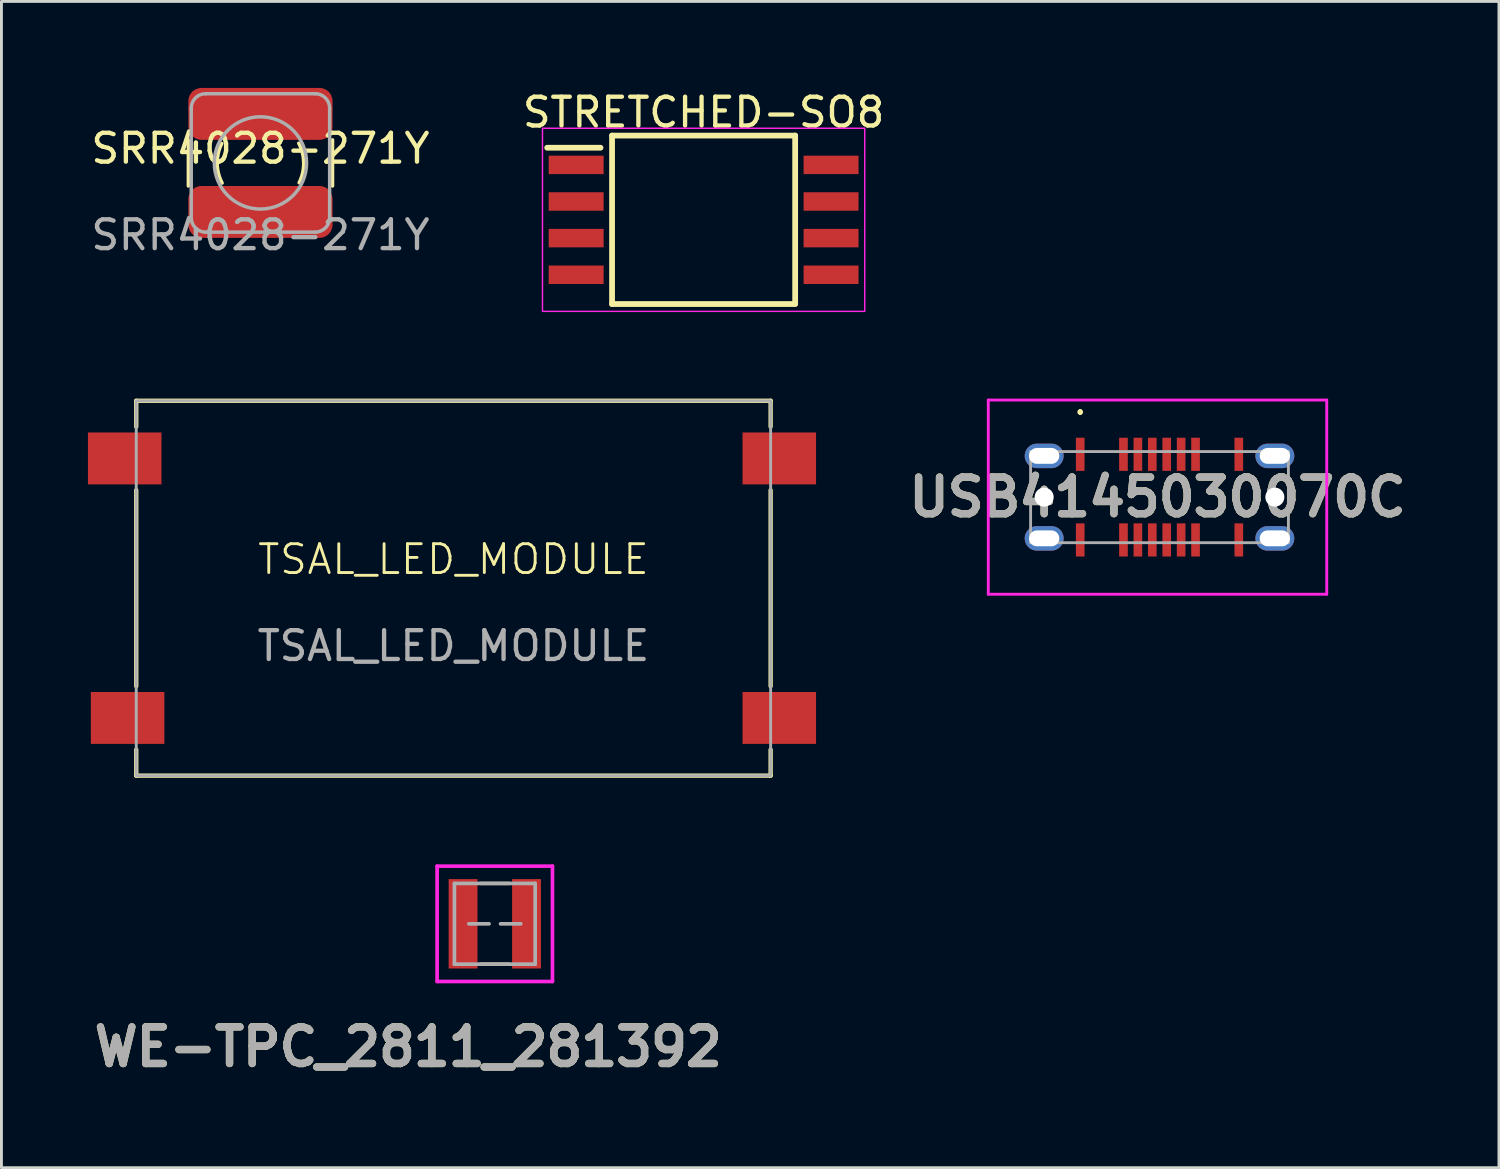
<source format=kicad_pcb>
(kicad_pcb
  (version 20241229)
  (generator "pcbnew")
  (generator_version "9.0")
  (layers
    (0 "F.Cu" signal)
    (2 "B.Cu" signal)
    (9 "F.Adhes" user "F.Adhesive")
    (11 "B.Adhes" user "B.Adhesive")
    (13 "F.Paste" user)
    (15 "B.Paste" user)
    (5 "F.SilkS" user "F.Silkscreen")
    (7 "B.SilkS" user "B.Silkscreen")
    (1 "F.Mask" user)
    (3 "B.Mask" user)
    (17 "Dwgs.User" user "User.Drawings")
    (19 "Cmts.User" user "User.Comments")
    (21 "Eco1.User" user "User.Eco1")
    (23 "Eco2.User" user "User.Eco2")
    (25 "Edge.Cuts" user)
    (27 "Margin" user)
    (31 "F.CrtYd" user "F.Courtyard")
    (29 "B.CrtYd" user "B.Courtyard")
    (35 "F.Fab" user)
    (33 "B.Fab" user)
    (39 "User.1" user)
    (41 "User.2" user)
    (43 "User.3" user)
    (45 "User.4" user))
  (footprint "WE-TPC_2811_281392"
    (layer "F.Cu")
    (at 14.109 28.987)
    (property "Reference" "WE-TPC_2811_281392" (at -3 4.27 0) (layer "F.SilkS") (effects (font (size 1.27 1.27) (thickness 0.254))))
    (attr smd)
    (fp_line (start -0.5 -1.4) (end 0.5 -1.4) (stroke (width 0.12) (type default)) (layer "F.SilkS"))
    (fp_line (start -0.5 1.4) (end 0.5 1.4) (stroke (width 0.12) (type default)) (layer "F.SilkS"))
    (fp_line (start -2 -2) (end 2 -2) (stroke (width 0.127) (type solid)) (layer "F.CrtYd"))
    (fp_line (start -2 2) (end -2 -2) (stroke (width 0.127) (type solid)) (layer "F.CrtYd"))
    (fp_line (start 2 -2) (end 2 2) (stroke (width 0.127) (type solid)) (layer "F.CrtYd"))
    (fp_line (start 2 2) (end -2 2) (stroke (width 0.127) (type solid)) (layer "F.CrtYd"))
    (fp_line (start -1.4 -1.4) (end -1.4 1.4) (stroke (width 0.127) (type solid)) (layer "F.Fab"))
    (fp_line (start -1.4 -1.4) (end 1.4 -1.4) (stroke (width 0.127) (type solid)) (layer "F.Fab"))
    (fp_line (start -1.4 1.4) (end 1.4 1.4) (stroke (width 0.127) (type solid)) (layer "F.Fab"))
    (fp_line (start -0.2 0) (end -0.9 0) (stroke (width 0.127) (type solid)) (layer "F.Fab"))
    (fp_line (start 0.2 0) (end 0.9 0) (stroke (width 0.127) (type solid)) (layer "F.Fab"))
    (fp_line (start 1.4 -1.4) (end 1.4 1.4) (stroke (width 0.127) (type solid)) (layer "F.Fab"))
    (fp_text user "${REFERENCE}" (at -3 4.27 0) (layer "F.Fab") (effects (font (size 1.27 1.27) (thickness 0.254))))
    (pad "1" smd rect (at -1.1 0) (size 1 3.1) (layers "F.Cu" "F.Mask" "F.Paste"))
    (pad "2" smd rect (at 1.1 0) (size 1 3.1) (layers "F.Cu" "F.Mask" "F.Paste")))
  (footprint "USB4145030070C"
    (layer "F.Cu")
    (at 37.161 14.19)
    (property "Reference" "USB4145030070C" (at -0.069 0 0) (layer "F.SilkS") (effects (font (size 1.27 1.27) (thickness 0.254))))
    (attr through_hole)
    (fp_line (start -2.75 -3) (end -2.75 -3) (stroke (width 0.1) (type solid)) (layer "F.SilkS"))
    (fp_line (start -2.75 -2.9) (end -2.75 -2.9) (stroke (width 0.1) (type solid)) (layer "F.SilkS"))
    (fp_arc (start -2.75 -3) (mid -2.7 -2.95) (end -2.75 -2.9) (stroke (width 0.1) (type solid)) (layer "F.SilkS"))
    (fp_arc (start -2.75 -2.9) (mid -2.8 -2.95) (end -2.75 -3) (stroke (width 0.1) (type solid)) (layer "F.SilkS"))
    (fp_line (start -5.938 -3.367) (end 5.8 -3.367) (stroke (width 0.1) (type solid)) (layer "F.CrtYd"))
    (fp_line (start -5.938 3.367) (end -5.938 -3.367) (stroke (width 0.1) (type solid)) (layer "F.CrtYd"))
    (fp_line (start 5.8 -3.367) (end 5.8 3.367) (stroke (width 0.1) (type solid)) (layer "F.CrtYd"))
    (fp_line (start 5.8 3.367) (end -5.938 3.367) (stroke (width 0.1) (type solid)) (layer "F.CrtYd"))
    (fp_line (start -4.47 -1.58) (end 4.47 -1.58) (stroke (width 0.1) (type solid)) (layer "F.Fab"))
    (fp_line (start -4.47 1.58) (end -4.47 -1.58) (stroke (width 0.1) (type solid)) (layer "F.Fab"))
    (fp_line (start 4.47 -1.58) (end 4.47 1.58) (stroke (width 0.1) (type solid)) (layer "F.Fab"))
    (fp_line (start 4.47 1.58) (end -4.47 1.58) (stroke (width 0.1) (type solid)) (layer "F.Fab"))
    (fp_text user "${REFERENCE}" (at -0.069 0 0) (layer "F.Fab") (effects (font (size 1.27 1.27) (thickness 0.254))))
    (pad "" np_thru_hole circle (at -4 0) (size 0.66 0.66) (drill 0.66) (layers "*.Cu" "*.Mask"))
    (pad "" np_thru_hole circle (at 4 0) (size 0.66 0.66) (drill 0.66) (layers "*.Cu" "*.Mask"))
    (pad "A1" smd rect (at -2.75 -1.485) (size 0.3 1.15) (layers "F.Cu" "F.Mask" "F.Paste"))
    (pad "A4" smd rect (at -1.25 -1.485) (size 0.3 1.15) (layers "F.Cu" "F.Mask" "F.Paste"))
    (pad "A5" smd rect (at -0.75 -1.485) (size 0.3 1.15) (layers "F.Cu" "F.Mask" "F.Paste"))
    (pad "A6" smd rect (at -0.25 -1.485) (size 0.3 1.15) (layers "F.Cu" "F.Mask" "F.Paste"))
    (pad "A7" smd rect (at 0.25 -1.485) (size 0.3 1.15) (layers "F.Cu" "F.Mask" "F.Paste"))
    (pad "A8" smd rect (at 0.75 -1.485) (size 0.3 1.15) (layers "F.Cu" "F.Mask" "F.Paste"))
    (pad "A9" smd rect (at 1.25 -1.485) (size 0.3 1.15) (layers "F.Cu" "F.Mask" "F.Paste"))
    (pad "A12" smd rect (at 2.75 -1.485) (size 0.3 1.15) (layers "F.Cu" "F.Mask" "F.Paste"))
    (pad "B1" smd rect (at 2.75 1.485) (size 0.3 1.15) (layers "F.Cu" "F.Mask" "F.Paste"))
    (pad "B4" smd rect (at 1.25 1.485) (size 0.3 1.15) (layers "F.Cu" "F.Mask" "F.Paste"))
    (pad "B5" smd rect (at 0.75 1.485) (size 0.3 1.15) (layers "F.Cu" "F.Mask" "F.Paste"))
    (pad "B6" smd rect (at 0.25 1.485) (size 0.3 1.15) (layers "F.Cu" "F.Mask" "F.Paste"))
    (pad "B7" smd rect (at -0.25 1.485) (size 0.3 1.15) (layers "F.Cu" "F.Mask" "F.Paste"))
    (pad "B8" smd rect (at -0.75 1.485) (size 0.3 1.15) (layers "F.Cu" "F.Mask" "F.Paste"))
    (pad "B9" smd rect (at -1.25 1.485) (size 0.3 1.15) (layers "F.Cu" "F.Mask" "F.Paste"))
    (pad "B12" smd rect (at -2.75 1.485) (size 0.3 1.15) (layers "F.Cu" "F.Mask" "F.Paste"))
    (pad "MH" thru_hole oval (at -4 -1.43 90) (size 0.85 1.35) (drill oval 0.55 1.05) (layers "*.Cu" "*.Mask"))
    (pad "MH" thru_hole oval (at -4 1.43 90) (size 0.85 1.35) (drill oval 0.55 1.05) (layers "*.Cu" "*.Mask"))
    (pad "MH" thru_hole oval (at 4 -1.43 90) (size 0.85 1.35) (drill oval 0.55 1.05) (layers "*.Cu" "*.Mask"))
    (pad "MH" thru_hole oval (at 4 1.43 90) (size 0.85 1.35) (drill oval 0.55 1.05) (layers "*.Cu" "*.Mask")))
  (footprint "SRR4028-271Y"
    (layer "F.Cu")
    (at 5.982 2.6)
    (property "Reference" "SRR4028-271Y" (at 0 -0.5 0) (unlocked yes) (layer "F.SilkS") (effects (font (size 1 1) (thickness 0.15))))
    (attr smd)
    (fp_line (start -2.5 -0.8) (end -2.5 0.8) (stroke (width 0.12) (type default)) (layer "F.SilkS"))
    (fp_line (start 2.5 -0.8) (end 2.5 0.8) (stroke (width 0.12) (type default)) (layer "F.SilkS"))
    (fp_arc (start -1.328036 0.697366) (mid -1.499926 0.014914) (end -1.34164 -0.670821) (stroke (width 0.12) (type default)) (layer "F.SilkS"))
    (fp_arc (start 1.328118 -0.681459) (mid 1.50001 0.000994) (end 1.341724 0.686731) (stroke (width 0.12) (type default)) (layer "F.SilkS"))
    (fp_line (start -2.4 -1.9) (end -2.4 1.9) (stroke (width 0.12) (type default)) (layer "F.Fab"))
    (fp_line (start -1.9 2.4) (end 1.9 2.4) (stroke (width 0.12) (type default)) (layer "F.Fab"))
    (fp_line (start 1.9 -2.4) (end -1.9 -2.4) (stroke (width 0.12) (type default)) (layer "F.Fab"))
    (fp_line (start 2.4 1.9) (end 2.4 -1.9) (stroke (width 0.12) (type default)) (layer "F.Fab"))
    (fp_arc (start -2.4 -1.9) (mid -2.253553 -2.253553) (end -1.9 -2.4) (stroke (width 0.12) (type default)) (layer "F.Fab"))
    (fp_arc (start -1.9 2.4) (mid -2.253553 2.253553) (end -2.4 1.9) (stroke (width 0.12) (type default)) (layer "F.Fab"))
    (fp_arc (start 1.9 -2.4) (mid 2.253554 -2.253554) (end 2.4 -1.9) (stroke (width 0.12) (type default)) (layer "F.Fab"))
    (fp_arc (start 2.4 1.9) (mid 2.253554 2.253554) (end 1.9 2.4) (stroke (width 0.12) (type default)) (layer "F.Fab"))
    (fp_circle (center 0 0) (end 1.6 0) (stroke (width 0.12) (type default)) (fill no) (layer "F.Fab"))
    (fp_text user "${REFERENCE}" (at 0 2.5 0) (unlocked yes) (layer "F.Fab") (effects (font (size 1 1) (thickness 0.15))))
    (pad "1" smd roundrect (at 0 -1.7) (size 5 1.8) (layers "F.Cu" "F.Mask" "F.Paste") (roundrect_rratio 0.25))
    (pad "2" smd roundrect (at 0 1.7) (size 5 1.8) (layers "F.Cu" "F.Mask" "F.Paste") (roundrect_rratio 0.25)))
  (footprint "TSAL_LED_MODULE"
    (layer "F.Cu")
    (at 12.675 17.348)
    (property "Reference" "TSAL_LED_MODULE" (at 0 -1 0) (unlocked yes) (layer "F.SilkS") (effects (font (size 1 1) (thickness 0.1))))
    (attr smd)
    (fp_line (start -11 -6.5) (end -11 -5.6) (stroke (width 0.15) (type default)) (layer "F.SilkS"))
    (fp_line (start -11 -6.5) (end 11 -6.5) (stroke (width 0.15) (type default)) (layer "F.SilkS"))
    (fp_line (start -11 3.4) (end -11 -3.4) (stroke (width 0.15) (type default)) (layer "F.SilkS"))
    (fp_line (start -11 6.5) (end -11 5.6) (stroke (width 0.15) (type default)) (layer "F.SilkS"))
    (fp_line (start -11 6.5) (end 11 6.5) (stroke (width 0.15) (type default)) (layer "F.SilkS"))
    (fp_line (start 11 -6.5) (end 11 -5.6) (stroke (width 0.15) (type default)) (layer "F.SilkS"))
    (fp_line (start 11 3.4) (end 11 -3.4) (stroke (width 0.15) (type default)) (layer "F.SilkS"))
    (fp_line (start 11 6.5) (end 11 5.6) (stroke (width 0.15) (type default)) (layer "F.SilkS"))
    (fp_rect (start -11 -6.5) (end 11 6.5) (stroke (width 0.1) (type default)) (fill no) (layer "F.Fab"))
    (fp_text user "${REFERENCE}" (at 0 2 0) (unlocked yes) (layer "F.Fab") (effects (font (size 1 1) (thickness 0.15))))
    (pad "1" smd rect (at -11.4 -4.5) (size 2.55 1.8) (layers "F.Cu" "F.Mask" "F.Paste"))
    (pad "2" smd rect (at -11.3 4.5) (size 2.55 1.8) (layers "F.Cu" "F.Mask" "F.Paste"))
    (pad "3" smd rect (at 11.3 4.5) (size 2.55 1.8) (layers "F.Cu" "F.Mask" "F.Paste"))
    (pad "4" smd rect (at 11.3 -4.5) (size 2.55 1.8) (layers "F.Cu" "F.Mask" "F.Paste"))
    (zone (net_name "") (layers "F.Cu" "B.Cu") (hatch edge 0.5) (connect_pads) (min_thickness 0.25) (filled_areas_thickness no) (keepout (tracks not_allowed) (vias not_allowed) (pads not_allowed) (copperpour not_allowed) (footprints not_allowed)) (placement (enabled no)) (fill) (polygon (pts (xy 7.675 14.098) (xy 5.675 16.098) (xy 5.675 23.848) (xy 19.675 23.848) (xy 19.675 16.098) (xy 17.675 14.098)))))
  (footprint "STRETCHED-SO8"
    (layer "F.Cu")
    (at 21.351 4.573)
    (property "Reference" "STRETCHED-SO8" (at 0 -3.725 0) (layer "F.SilkS") (effects (font (size 1 1) (thickness 0.15))))
    (attr smd)
    (fp_line (start -5.425 -2.5) (end -3.575 -2.5) (stroke (width 0.2) (type solid)) (layer "F.SilkS"))
    (fp_line (start -3.175 -2.921) (end 3.175 -2.921) (stroke (width 0.2) (type solid)) (layer "F.SilkS"))
    (fp_line (start -3.175 2.921) (end -3.175 -2.921) (stroke (width 0.2) (type solid)) (layer "F.SilkS"))
    (fp_line (start 3.175 -2.921) (end 3.175 2.909) (stroke (width 0.2) (type solid)) (layer "F.SilkS"))
    (fp_line (start 3.175 2.921) (end -3.175 2.921) (stroke (width 0.2) (type solid)) (layer "F.SilkS"))
    (fp_rect (start -5.588 -3.175) (end 5.588 3.175) (stroke (width 0.05) (type default)) (fill no) (layer "F.CrtYd"))
    (pad "1" smd rect (at -4.42 -1.905 270) (size 0.64 1.905) (layers "F.Cu" "F.Mask" "F.Paste"))
    (pad "2" smd rect (at -4.42 -0.635 270) (size 0.64 1.905) (layers "F.Cu" "F.Mask" "F.Paste"))
    (pad "3" smd rect (at -4.42 0.635 270) (size 0.64 1.905) (layers "F.Cu" "F.Mask" "F.Paste"))
    (pad "4" smd rect (at -4.42 1.905 270) (size 0.64 1.905) (layers "F.Cu" "F.Mask" "F.Paste"))
    (pad "5" smd rect (at 4.42 1.905 270) (size 0.64 1.905) (layers "F.Cu" "F.Mask" "F.Paste"))
    (pad "6" smd rect (at 4.42 0.635 270) (size 0.64 1.905) (layers "F.Cu" "F.Mask" "F.Paste"))
    (pad "7" smd rect (at 4.42 -0.635 270) (size 0.64 1.905) (layers "F.Cu" "F.Mask" "F.Paste"))
    (pad "8" smd rect (at 4.42 -1.905 270) (size 0.64 1.905) (layers "F.Cu" "F.Mask" "F.Paste")))
  (gr_rect
    (start -3 -3)
    (end 48.933 37.445)
    (stroke (width 0.1) (type default))
    (fill no)
    (layer "Edge.Cuts")))
</source>
